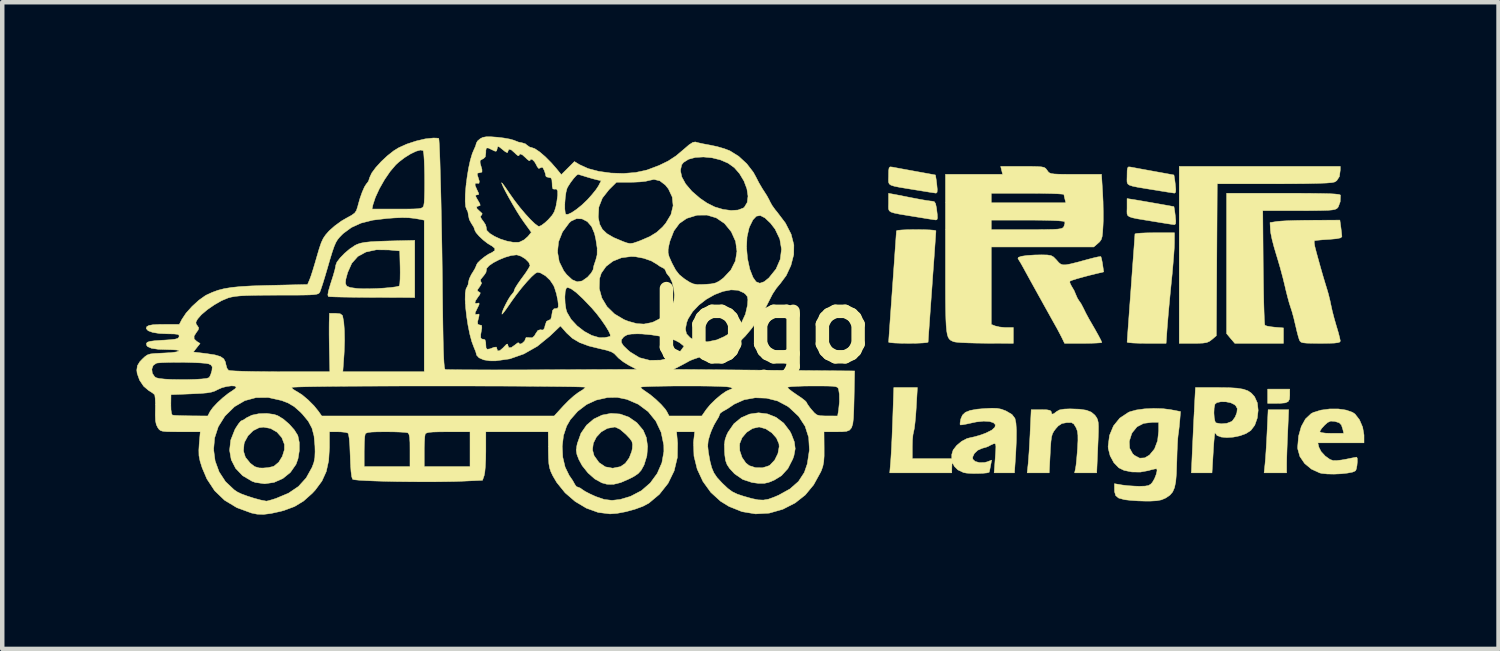
<source format=kicad_pcb>
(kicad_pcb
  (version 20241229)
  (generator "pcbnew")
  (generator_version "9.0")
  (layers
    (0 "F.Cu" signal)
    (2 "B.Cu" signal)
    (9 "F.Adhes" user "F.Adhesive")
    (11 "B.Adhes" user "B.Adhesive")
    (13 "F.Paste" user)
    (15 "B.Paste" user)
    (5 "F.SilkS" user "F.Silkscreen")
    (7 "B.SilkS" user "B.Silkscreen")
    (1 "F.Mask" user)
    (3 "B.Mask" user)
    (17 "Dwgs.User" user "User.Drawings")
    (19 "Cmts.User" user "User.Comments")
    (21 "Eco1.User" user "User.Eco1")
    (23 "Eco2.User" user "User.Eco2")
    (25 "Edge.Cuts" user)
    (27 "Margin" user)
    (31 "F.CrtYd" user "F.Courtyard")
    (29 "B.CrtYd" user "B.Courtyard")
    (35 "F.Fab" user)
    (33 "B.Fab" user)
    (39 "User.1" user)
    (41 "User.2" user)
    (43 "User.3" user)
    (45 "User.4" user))
  (footprint "logo"
    (layer "F.Cu")
    (at 13.939 4.23)
    (property "Reference" "logo" (at 0 0 0) (layer "F.SilkS") (effects (font (size 1.524 1.524) (thickness 0.3))))
    (attr through_hole)
    (fp_poly (pts (xy 11.818 1.548) (xy 11.811 1.636) (xy 11.781 1.69) (xy 11.716 1.718) (xy 11.6 1.728) (xy 11.515 1.729) (xy 11.324 1.729) (xy 11.324 1.411) (xy 11.818 1.411) (xy 11.818 1.548)) (stroke (width 0.01) (type solid)) (fill yes) (layer "F.SilkS"))
    (fp_poly (pts (xy 11.771 2.404) (xy 11.762 2.607) (xy 11.755 2.8) (xy 11.75 2.964) (xy 11.748 3.082) (xy 11.748 3.11) (xy 11.748 3.281) (xy 11.245 3.281) (xy 11.266 3.078) (xy 11.276 2.966) (xy 11.287 2.804) (xy 11.299 2.612) (xy 11.309 2.41) (xy 11.311 2.372) (xy 11.335 1.87) (xy 11.794 1.87) (xy 11.771 2.404)) (stroke (width 0.01) (type solid)) (fill yes) (layer "F.SilkS"))
    (fp_poly (pts (xy 12.946 -3.484) (xy 12.927 -3.338) (xy 12.867 -3.245) (xy 12.819 -3.215) (xy 12.758 -3.202) (xy 12.635 -3.192) (xy 12.446 -3.185) (xy 12.192 -3.179) (xy 11.87 -3.176) (xy 11.479 -3.175) (xy 11.465 -3.175) (xy 10.198 -3.175) (xy 10.188 -1.479) (xy 10.178 0.218) (xy 10.079 0.303) (xy 10.023 0.344) (xy 9.963 0.37) (xy 9.878 0.383) (xy 9.752 0.388) (xy 9.664 0.388) (xy 9.349 0.388) (xy 9.349 -3.563) (xy 12.947 -3.563) (xy 12.946 -3.484)) (stroke (width 0.01) (type solid)) (fill yes) (layer "F.SilkS"))
    (fp_poly (pts (xy 8.352 -2.819) (xy 8.431 -2.806) (xy 8.552 -2.785) (xy 8.697 -2.76) (xy 8.852 -2.733) (xy 8.999 -2.707) (xy 9.122 -2.685) (xy 9.204 -2.67) (xy 9.231 -2.665) (xy 9.237 -2.632) (xy 9.25 -2.549) (xy 9.261 -2.461) (xy 9.272 -2.343) (xy 9.268 -2.282) (xy 9.246 -2.262) (xy 9.238 -2.262) (xy 9.185 -2.269) (xy 9.079 -2.285) (xy 8.936 -2.308) (xy 8.802 -2.33) (xy 8.58 -2.366) (xy 8.418 -2.393) (xy 8.307 -2.416) (xy 8.237 -2.439) (xy 8.199 -2.467) (xy 8.184 -2.504) (xy 8.182 -2.556) (xy 8.184 -2.627) (xy 8.184 -2.641) (xy 8.184 -2.845) (xy 8.352 -2.819)) (stroke (width 0.01) (type solid)) (fill yes) (layer "F.SilkS"))
    (fp_poly (pts (xy 2.972 -2.941) (xy 3.058 -2.925) (xy 3.19 -2.899) (xy 3.345 -2.868) (xy 3.419 -2.854) (xy 3.572 -2.825) (xy 3.706 -2.802) (xy 3.801 -2.789) (xy 3.828 -2.787) (xy 3.878 -2.776) (xy 3.907 -2.732) (xy 3.927 -2.637) (xy 3.929 -2.623) (xy 3.945 -2.489) (xy 3.949 -2.411) (xy 3.938 -2.375) (xy 3.911 -2.367) (xy 3.907 -2.368) (xy 3.856 -2.375) (xy 3.751 -2.391) (xy 3.61 -2.414) (xy 3.475 -2.436) (xy 3.253 -2.472) (xy 3.091 -2.499) (xy 2.98 -2.522) (xy 2.91 -2.545) (xy 2.872 -2.573) (xy 2.857 -2.612) (xy 2.855 -2.664) (xy 2.857 -2.737) (xy 2.857 -2.752) (xy 2.857 -2.962) (xy 2.972 -2.941)) (stroke (width 0.01) (type solid)) (fill yes) (layer "F.SilkS"))
    (fp_poly (pts (xy 2.936 -3.549) (xy 2.937 -3.549) (xy 3.001 -3.537) (xy 3.118 -3.515) (xy 3.273 -3.487) (xy 3.447 -3.455) (xy 3.457 -3.453) (xy 3.624 -3.423) (xy 3.762 -3.398) (xy 3.86 -3.38) (xy 3.903 -3.372) (xy 3.904 -3.371) (xy 3.91 -3.338) (xy 3.923 -3.255) (xy 3.934 -3.166) (xy 3.945 -3.049) (xy 3.941 -2.987) (xy 3.919 -2.967) (xy 3.911 -2.967) (xy 3.858 -2.975) (xy 3.752 -2.991) (xy 3.609 -3.014) (xy 3.475 -3.036) (xy 3.253 -3.072) (xy 3.091 -3.099) (xy 2.98 -3.122) (xy 2.91 -3.145) (xy 2.872 -3.173) (xy 2.857 -3.212) (xy 2.855 -3.265) (xy 2.857 -3.338) (xy 2.857 -3.354) (xy 2.859 -3.47) (xy 2.869 -3.531) (xy 2.892 -3.553) (xy 2.936 -3.549)) (stroke (width 0.01) (type solid)) (fill yes) (layer "F.SilkS"))
    (fp_poly (pts (xy 8.263 -3.549) (xy 8.264 -3.549) (xy 8.328 -3.537) (xy 8.445 -3.515) (xy 8.599 -3.487) (xy 8.774 -3.455) (xy 8.784 -3.453) (xy 8.951 -3.423) (xy 9.089 -3.398) (xy 9.187 -3.38) (xy 9.23 -3.372) (xy 9.231 -3.371) (xy 9.237 -3.338) (xy 9.25 -3.255) (xy 9.261 -3.166) (xy 9.272 -3.049) (xy 9.268 -2.987) (xy 9.246 -2.967) (xy 9.238 -2.967) (xy 9.185 -2.975) (xy 9.079 -2.991) (xy 8.936 -3.014) (xy 8.802 -3.036) (xy 8.58 -3.072) (xy 8.418 -3.099) (xy 8.307 -3.122) (xy 8.237 -3.145) (xy 8.199 -3.173) (xy 8.184 -3.212) (xy 8.182 -3.265) (xy 8.184 -3.338) (xy 8.184 -3.354) (xy 8.186 -3.47) (xy 8.196 -3.531) (xy 8.219 -3.553) (xy 8.263 -3.549)) (stroke (width 0.01) (type solid)) (fill yes) (layer "F.SilkS"))
    (fp_poly (pts (xy 9.242 -1.861) (xy 9.239 -1.754) (xy 9.228 -1.593) (xy 9.212 -1.394) (xy 9.193 -1.173) (xy 9.173 -0.976) (xy 9.149 -0.736) (xy 9.126 -0.493) (xy 9.105 -0.264) (xy 9.089 -0.071) (xy 9.08 0.038) (xy 9.056 0.388) (xy 8.62 0.388) (xy 8.454 0.386) (xy 8.318 0.381) (xy 8.223 0.372) (xy 8.185 0.363) (xy 8.185 0.362) (xy 8.188 0.321) (xy 8.195 0.219) (xy 8.206 0.063) (xy 8.221 -0.138) (xy 8.238 -0.376) (xy 8.258 -0.643) (xy 8.273 -0.847) (xy 8.293 -1.128) (xy 8.312 -1.388) (xy 8.329 -1.616) (xy 8.343 -1.805) (xy 8.353 -1.947) (xy 8.359 -2.033) (xy 8.36 -2.055) (xy 8.394 -2.065) (xy 8.484 -2.073) (xy 8.618 -2.079) (xy 8.783 -2.081) (xy 8.802 -2.081) (xy 9.243 -2.081) (xy 9.242 -1.861)) (stroke (width 0.01) (type solid)) (fill yes) (layer "F.SilkS"))
    (fp_poly (pts (xy 12.025 -2.963) (xy 12.308 -2.961) (xy 12.531 -2.958) (xy 12.701 -2.954) (xy 12.822 -2.947) (xy 12.9 -2.939) (xy 12.941 -2.929) (xy 12.951 -2.919) (xy 12.944 -2.773) (xy 12.901 -2.658) (xy 12.885 -2.637) (xy 12.861 -2.617) (xy 12.824 -2.602) (xy 12.765 -2.591) (xy 12.674 -2.583) (xy 12.543 -2.579) (xy 12.362 -2.576) (xy 12.123 -2.575) (xy 12.023 -2.575) (xy 11.215 -2.575) (xy 11.225 -1.308) (xy 11.229 -1.016) (xy 11.233 -0.746) (xy 11.238 -0.506) (xy 11.244 -0.305) (xy 11.25 -0.151) (xy 11.256 -0.051) (xy 11.262 -0.015) (xy 11.31 0.003) (xy 11.404 0.019) (xy 11.483 0.028) (xy 11.677 0.044) (xy 11.677 0.388) (xy 10.59 0.388) (xy 10.498 0.28) (xy 10.407 0.171) (xy 10.407 -2.963) (xy 11.677 -2.963) (xy 12.025 -2.963)) (stroke (width 0.01) (type solid)) (fill yes) (layer "F.SilkS"))
    (fp_poly (pts (xy 3.642 -2.15) (xy 3.78 -2.145) (xy 3.875 -2.137) (xy 3.915 -2.127) (xy 3.915 -2.125) (xy 3.913 -2.085) (xy 3.906 -1.983) (xy 3.895 -1.827) (xy 3.881 -1.625) (xy 3.864 -1.386) (xy 3.844 -1.117) (xy 3.828 -0.882) (xy 3.807 -0.596) (xy 3.788 -0.332) (xy 3.772 -0.099) (xy 3.758 0.095) (xy 3.748 0.242) (xy 3.742 0.334) (xy 3.74 0.362) (xy 3.707 0.372) (xy 3.616 0.38) (xy 3.482 0.386) (xy 3.317 0.388) (xy 3.298 0.388) (xy 3.131 0.386) (xy 2.994 0.381) (xy 2.898 0.373) (xy 2.858 0.363) (xy 2.858 0.362) (xy 2.861 0.321) (xy 2.868 0.219) (xy 2.879 0.063) (xy 2.893 -0.139) (xy 2.91 -0.378) (xy 2.929 -0.647) (xy 2.946 -0.882) (xy 2.966 -1.168) (xy 2.985 -1.432) (xy 3.001 -1.665) (xy 3.015 -1.859) (xy 3.025 -2.006) (xy 3.032 -2.098) (xy 3.033 -2.125) (xy 3.067 -2.136) (xy 3.157 -2.144) (xy 3.291 -2.15) (xy 3.456 -2.152) (xy 3.475 -2.152) (xy 3.642 -2.15)) (stroke (width 0.01) (type solid)) (fill yes) (layer "F.SilkS"))
    (fp_poly (pts (xy -3.14 1.967) (xy -2.945 2.036) (xy -2.765 2.161) (xy -2.624 2.328) (xy -2.553 2.493) (xy -2.525 2.691) (xy -2.541 2.901) (xy -2.602 3.099) (xy -2.613 3.122) (xy -2.669 3.223) (xy -2.733 3.295) (xy -2.825 3.358) (xy -2.928 3.412) (xy -3.125 3.498) (xy -3.287 3.538) (xy -3.431 3.536) (xy -3.545 3.505) (xy -3.702 3.419) (xy -3.855 3.284) (xy -3.986 3.12) (xy -4.059 2.986) (xy -4.103 2.872) (xy -4.118 2.782) (xy -4.116 2.765) (xy -3.756 2.765) (xy -3.72 2.898) (xy -3.609 3.052) (xy -3.468 3.147) (xy -3.304 3.177) (xy -3.129 3.142) (xy -3.023 3.069) (xy -2.935 2.947) (xy -2.878 2.799) (xy -2.866 2.734) (xy -2.861 2.648) (xy -2.874 2.583) (xy -2.918 2.518) (xy -3.002 2.429) (xy -3.011 2.42) (xy -3.141 2.308) (xy -3.243 2.26) (xy -3.263 2.258) (xy -3.422 2.287) (xy -3.56 2.366) (xy -3.668 2.481) (xy -3.737 2.619) (xy -3.756 2.765) (xy -4.116 2.765) (xy -4.106 2.681) (xy -4.094 2.624) (xy -4.013 2.397) (xy -3.887 2.215) (xy -3.727 2.079) (xy -3.542 1.991) (xy -3.343 1.953) (xy -3.14 1.967)) (stroke (width 0.01) (type solid)) (fill yes) (layer "F.SilkS"))
    (fp_poly (pts (xy 0.154 1.965) (xy 0.345 2.042) (xy 0.515 2.171) (xy 0.653 2.352) (xy 0.686 2.416) (xy 0.753 2.591) (xy 0.772 2.743) (xy 0.743 2.899) (xy 0.718 2.971) (xy 0.609 3.185) (xy 0.466 3.343) (xy 0.304 3.443) (xy 0.182 3.493) (xy 0.077 3.517) (xy -0.04 3.517) (xy -0.195 3.496) (xy -0.398 3.429) (xy -0.582 3.303) (xy -0.693 3.183) (xy -0.75 3.097) (xy -0.783 3.007) (xy -0.8 2.888) (xy -0.806 2.802) (xy -0.809 2.654) (xy -0.807 2.64) (xy -0.471 2.64) (xy -0.466 2.787) (xy -0.416 2.936) (xy -0.331 3.06) (xy -0.255 3.12) (xy -0.112 3.166) (xy 0.044 3.167) (xy 0.181 3.124) (xy 0.209 3.107) (xy 0.314 2.996) (xy 0.386 2.849) (xy 0.414 2.696) (xy 0.409 2.632) (xy 0.353 2.503) (xy 0.249 2.386) (xy 0.117 2.299) (xy -0.021 2.259) (xy -0.042 2.258) (xy -0.181 2.29) (xy -0.312 2.375) (xy -0.414 2.495) (xy -0.47 2.634) (xy -0.471 2.64) (xy -0.807 2.64) (xy -0.796 2.545) (xy -0.762 2.444) (xy -0.727 2.372) (xy -0.597 2.184) (xy -0.433 2.049) (xy -0.246 1.968) (xy -0.047 1.94) (xy 0.154 1.965)) (stroke (width 0.01) (type solid)) (fill yes) (layer "F.SilkS"))
    (fp_poly (pts (xy 10.458 1.379) (xy 10.643 1.39) (xy 10.781 1.413) (xy 10.884 1.449) (xy 10.962 1.503) (xy 11.028 1.576) (xy 11.033 1.583) (xy 11.094 1.718) (xy 11.112 1.884) (xy 11.092 2.058) (xy 11.036 2.217) (xy 10.948 2.334) (xy 10.841 2.403) (xy 10.705 2.453) (xy 10.557 2.483) (xy 10.412 2.493) (xy 10.285 2.481) (xy 10.193 2.446) (xy 10.151 2.388) (xy 10.145 2.392) (xy 10.136 2.457) (xy 10.125 2.572) (xy 10.114 2.727) (xy 10.11 2.796) (xy 10.081 3.281) (xy 9.62 3.281) (xy 9.643 2.76) (xy 9.654 2.526) (xy 9.666 2.27) (xy 9.678 2.022) (xy 9.683 1.941) (xy 10.124 1.941) (xy 10.131 2.048) (xy 10.148 2.131) (xy 10.169 2.164) (xy 10.284 2.186) (xy 10.412 2.175) (xy 10.517 2.135) (xy 10.538 2.118) (xy 10.599 2.033) (xy 10.637 1.935) (xy 10.646 1.845) (xy 10.612 1.782) (xy 10.584 1.757) (xy 10.5 1.716) (xy 10.391 1.694) (xy 10.279 1.693) (xy 10.189 1.712) (xy 10.146 1.749) (xy 10.129 1.833) (xy 10.124 1.941) (xy 9.683 1.941) (xy 9.689 1.814) (xy 9.689 1.808) (xy 9.712 1.376) (xy 10.214 1.376) (xy 10.458 1.379)) (stroke (width 0.01) (type solid)) (fill yes) (layer "F.SilkS"))
    (fp_poly (pts (xy -7.726 -0.635) (xy -8.67 -0.638) (xy -8.922 -0.639) (xy -9.152 -0.642) (xy -9.35 -0.645) (xy -9.506 -0.649) (xy -9.611 -0.653) (xy -9.654 -0.657) (xy -9.667 -0.692) (xy -9.654 -0.777) (xy -9.612 -0.92) (xy -9.603 -0.947) (xy -9.274 -0.947) (xy -9.244 -0.889) (xy -9.165 -0.858) (xy -9.029 -0.839) (xy -8.996 -0.836) (xy -8.88 -0.83) (xy -8.733 -0.831) (xy -8.569 -0.836) (xy -8.406 -0.846) (xy -8.259 -0.859) (xy -8.145 -0.874) (xy -8.079 -0.89) (xy -8.07 -0.896) (xy -8.059 -0.946) (xy -8.053 -1.049) (xy -8.051 -1.19) (xy -8.052 -1.305) (xy -8.061 -1.676) (xy -8.308 -1.698) (xy -8.585 -1.701) (xy -8.814 -1.652) (xy -8.996 -1.553) (xy -9.132 -1.4) (xy -9.223 -1.196) (xy -9.224 -1.194) (xy -9.265 -1.043) (xy -9.274 -0.947) (xy -9.603 -0.947) (xy -9.593 -0.979) (xy -9.547 -1.123) (xy -9.511 -1.249) (xy -9.492 -1.337) (xy -9.49 -1.357) (xy -9.463 -1.427) (xy -9.391 -1.521) (xy -9.291 -1.624) (xy -9.176 -1.721) (xy -9.063 -1.797) (xy -9.013 -1.822) (xy -8.938 -1.848) (xy -8.838 -1.867) (xy -8.702 -1.881) (xy -8.518 -1.891) (xy -8.299 -1.898) (xy -7.726 -1.912) (xy -7.726 -0.635)) (stroke (width 0.01) (type solid)) (fill yes) (layer "F.SilkS"))
    (fp_poly (pts (xy 7.121 1.859) (xy 7.275 1.882) (xy 7.385 1.925) (xy 7.463 1.991) (xy 7.481 2.014) (xy 7.509 2.056) (xy 7.528 2.101) (xy 7.54 2.159) (xy 7.545 2.243) (xy 7.544 2.365) (xy 7.538 2.537) (xy 7.531 2.701) (xy 7.506 3.281) (xy 7.012 3.281) (xy 7.033 3.184) (xy 7.045 3.107) (xy 7.058 2.981) (xy 7.071 2.826) (xy 7.078 2.733) (xy 7.087 2.559) (xy 7.086 2.438) (xy 7.075 2.352) (xy 7.051 2.283) (xy 7.041 2.264) (xy 6.995 2.19) (xy 6.943 2.159) (xy 6.854 2.158) (xy 6.837 2.159) (xy 6.729 2.179) (xy 6.647 2.233) (xy 6.59 2.296) (xy 6.547 2.354) (xy 6.517 2.41) (xy 6.497 2.481) (xy 6.484 2.581) (xy 6.473 2.727) (xy 6.467 2.852) (xy 6.445 3.281) (xy 5.953 3.281) (xy 5.975 3.078) (xy 5.984 2.966) (xy 5.996 2.804) (xy 6.007 2.612) (xy 6.018 2.41) (xy 6.019 2.372) (xy 6.043 1.87) (xy 6.267 1.87) (xy 6.394 1.873) (xy 6.464 1.887) (xy 6.49 1.912) (xy 6.491 1.923) (xy 6.505 1.97) (xy 6.549 1.96) (xy 6.607 1.914) (xy 6.673 1.876) (xy 6.777 1.857) (xy 6.909 1.852) (xy 7.121 1.859)) (stroke (width 0.01) (type solid)) (fill yes) (layer "F.SilkS"))
    (fp_poly (pts (xy -10.869 1.976) (xy -10.788 2.003) (xy -10.661 2.08) (xy -10.53 2.193) (xy -10.416 2.321) (xy -10.341 2.441) (xy -10.335 2.456) (xy -10.304 2.606) (xy -10.304 2.787) (xy -10.333 2.966) (xy -10.377 3.09) (xy -10.503 3.271) (xy -10.671 3.407) (xy -10.867 3.494) (xy -11.077 3.525) (xy -11.286 3.495) (xy -11.359 3.469) (xy -11.57 3.344) (xy -11.726 3.181) (xy -11.824 2.989) (xy -11.858 2.795) (xy -11.551 2.795) (xy -11.508 2.932) (xy -11.402 3.063) (xy -11.39 3.073) (xy -11.3 3.142) (xy -11.202 3.171) (xy -11.118 3.174) (xy -10.997 3.164) (xy -10.892 3.14) (xy -10.866 3.129) (xy -10.763 3.043) (xy -10.683 2.913) (xy -10.637 2.766) (xy -10.636 2.647) (xy -10.695 2.494) (xy -10.803 2.371) (xy -10.946 2.289) (xy -11.105 2.26) (xy -11.201 2.272) (xy -11.334 2.338) (xy -11.449 2.452) (xy -11.526 2.593) (xy -11.538 2.635) (xy -11.551 2.795) (xy -11.858 2.795) (xy -11.861 2.775) (xy -11.835 2.548) (xy -11.744 2.317) (xy -11.717 2.27) (xy -11.659 2.183) (xy -11.612 2.127) (xy -11.595 2.117) (xy -11.548 2.097) (xy -11.48 2.05) (xy -11.363 1.993) (xy -11.205 1.96) (xy -11.032 1.954) (xy -10.869 1.976)) (stroke (width 0.01) (type solid)) (fill yes) (layer "F.SilkS"))
    (fp_poly (pts (xy 12.902 1.854) (xy 13.08 1.88) (xy 13.22 1.93) (xy 13.275 1.967) (xy 13.375 2.096) (xy 13.446 2.262) (xy 13.476 2.436) (xy 13.476 2.45) (xy 13.476 2.611) (xy 12.445 2.611) (xy 12.468 2.708) (xy 12.518 2.806) (xy 12.609 2.905) (xy 12.715 2.981) (xy 12.784 3.006) (xy 12.86 3.007) (xy 12.975 2.994) (xy 13.072 2.977) (xy 13.188 2.953) (xy 13.277 2.936) (xy 13.313 2.93) (xy 13.326 2.959) (xy 13.327 3.031) (xy 13.319 3.118) (xy 13.304 3.196) (xy 13.286 3.235) (xy 13.223 3.264) (xy 13.109 3.286) (xy 12.964 3.302) (xy 12.806 3.309) (xy 12.656 3.306) (xy 12.532 3.293) (xy 12.488 3.283) (xy 12.301 3.197) (xy 12.149 3.071) (xy 12.044 2.916) (xy 11.996 2.746) (xy 11.994 2.706) (xy 12.015 2.46) (xy 12.043 2.361) (xy 12.488 2.361) (xy 12.522 2.382) (xy 12.619 2.395) (xy 12.757 2.399) (xy 13.025 2.399) (xy 13.001 2.302) (xy 12.971 2.211) (xy 12.922 2.162) (xy 12.831 2.134) (xy 12.815 2.131) (xy 12.732 2.125) (xy 12.663 2.156) (xy 12.596 2.216) (xy 12.529 2.29) (xy 12.492 2.348) (xy 12.488 2.361) (xy 12.043 2.361) (xy 12.075 2.247) (xy 12.168 2.078) (xy 12.292 1.961) (xy 12.345 1.932) (xy 12.515 1.88) (xy 12.708 1.854) (xy 12.902 1.854)) (stroke (width 0.01) (type solid)) (fill yes) (layer "F.SilkS"))
    (fp_poly (pts (xy 12.96 -2.2) (xy 12.973 -2.093) (xy 12.981 -2.012) (xy 12.982 -1.993) (xy 12.952 -1.967) (xy 12.859 -1.948) (xy 12.7 -1.934) (xy 12.683 -1.933) (xy 12.545 -1.924) (xy 12.436 -1.914) (xy 12.375 -1.905) (xy 12.367 -1.902) (xy 12.364 -1.86) (xy 12.377 -1.779) (xy 12.381 -1.763) (xy 12.413 -1.639) (xy 12.458 -1.476) (xy 12.509 -1.293) (xy 12.561 -1.112) (xy 12.608 -0.955) (xy 12.643 -0.841) (xy 12.647 -0.829) (xy 12.681 -0.713) (xy 12.717 -0.567) (xy 12.736 -0.476) (xy 12.767 -0.334) (xy 12.812 -0.161) (xy 12.86 0.005) (xy 12.862 0.011) (xy 12.902 0.145) (xy 12.931 0.258) (xy 12.946 0.328) (xy 12.947 0.337) (xy 12.935 0.359) (xy 12.893 0.373) (xy 12.811 0.383) (xy 12.678 0.387) (xy 12.505 0.388) (xy 12.322 0.387) (xy 12.196 0.384) (xy 12.117 0.376) (xy 12.071 0.362) (xy 12.046 0.338) (xy 12.031 0.309) (xy 12.008 0.236) (xy 11.977 0.118) (xy 11.945 -0.02) (xy 11.941 -0.035) (xy 11.906 -0.183) (xy 11.868 -0.321) (xy 11.836 -0.42) (xy 11.835 -0.423) (xy 11.806 -0.513) (xy 11.769 -0.648) (xy 11.729 -0.807) (xy 11.712 -0.882) (xy 11.667 -1.067) (xy 11.609 -1.284) (xy 11.546 -1.499) (xy 11.516 -1.597) (xy 11.465 -1.769) (xy 11.422 -1.935) (xy 11.394 -2.073) (xy 11.386 -2.143) (xy 11.377 -2.309) (xy 11.536 -2.334) (xy 11.624 -2.342) (xy 11.767 -2.35) (xy 11.95 -2.356) (xy 12.157 -2.36) (xy 12.316 -2.361) (xy 12.937 -2.364) (xy 12.96 -2.2)) (stroke (width 0.01) (type solid)) (fill yes) (layer "F.SilkS"))
    (fp_poly (pts (xy 6.403 -1.585) (xy 6.485 -1.572) (xy 6.543 -1.54) (xy 6.602 -1.48) (xy 6.615 -1.465) (xy 6.659 -1.415) (xy 6.701 -1.382) (xy 6.751 -1.365) (xy 6.82 -1.366) (xy 6.921 -1.385) (xy 7.066 -1.421) (xy 7.265 -1.475) (xy 7.294 -1.483) (xy 7.427 -1.518) (xy 7.532 -1.542) (xy 7.592 -1.55) (xy 7.599 -1.549) (xy 7.612 -1.509) (xy 7.63 -1.422) (xy 7.638 -1.371) (xy 7.662 -1.207) (xy 7.509 -1.171) (xy 7.361 -1.135) (xy 7.21 -1.095) (xy 7.072 -1.057) (xy 6.967 -1.024) (xy 6.911 -1.003) (xy 6.909 -1.002) (xy 6.906 -0.964) (xy 6.939 -0.896) (xy 6.944 -0.888) (xy 7.001 -0.792) (xy 7.037 -0.706) (xy 7.077 -0.615) (xy 7.111 -0.563) (xy 7.158 -0.495) (xy 7.208 -0.399) (xy 7.214 -0.387) (xy 7.264 -0.285) (xy 7.332 -0.159) (xy 7.373 -0.088) (xy 7.469 0.078) (xy 7.546 0.216) (xy 7.598 0.315) (xy 7.62 0.367) (xy 7.62 0.369) (xy 7.587 0.376) (xy 7.497 0.382) (xy 7.364 0.387) (xy 7.204 0.388) (xy 6.788 0.388) (xy 6.733 0.273) (xy 6.681 0.172) (xy 6.616 0.049) (xy 6.588 0) (xy 6.514 -0.132) (xy 6.434 -0.276) (xy 6.406 -0.326) (xy 6.331 -0.461) (xy 6.252 -0.604) (xy 6.225 -0.652) (xy 6.112 -0.856) (xy 6.025 -1.013) (xy 5.958 -1.135) (xy 5.902 -1.237) (xy 5.865 -1.305) (xy 5.809 -1.405) (xy 5.762 -1.481) (xy 5.747 -1.503) (xy 5.756 -1.532) (xy 5.827 -1.556) (xy 5.951 -1.574) (xy 6.12 -1.585) (xy 6.276 -1.588) (xy 6.403 -1.585)) (stroke (width 0.01) (type solid)) (fill yes) (layer "F.SilkS"))
    (fp_poly (pts (xy 8.984 1.848) (xy 9.147 1.868) (xy 9.378 1.912) (xy 9.362 2.111) (xy 9.349 2.249) (xy 9.334 2.379) (xy 9.325 2.434) (xy 9.317 2.514) (xy 9.309 2.648) (xy 9.301 2.819) (xy 9.296 3.009) (xy 9.294 3.061) (xy 9.286 3.299) (xy 9.271 3.478) (xy 9.244 3.61) (xy 9.203 3.706) (xy 9.143 3.777) (xy 9.06 3.835) (xy 9.032 3.85) (xy 8.948 3.885) (xy 8.845 3.904) (xy 8.702 3.912) (xy 8.591 3.912) (xy 8.425 3.907) (xy 8.267 3.896) (xy 8.142 3.882) (xy 8.116 3.877) (xy 7.996 3.844) (xy 7.931 3.791) (xy 7.905 3.703) (xy 7.903 3.64) (xy 7.902 3.523) (xy 8.07 3.552) (xy 8.202 3.568) (xy 8.361 3.578) (xy 8.46 3.581) (xy 8.587 3.577) (xy 8.665 3.563) (xy 8.717 3.53) (xy 8.75 3.493) (xy 8.797 3.412) (xy 8.834 3.318) (xy 8.854 3.235) (xy 8.848 3.191) (xy 8.809 3.193) (xy 8.725 3.212) (xy 8.659 3.231) (xy 8.48 3.264) (xy 8.291 3.261) (xy 8.118 3.226) (xy 7.999 3.168) (xy 7.889 3.054) (xy 7.806 2.9) (xy 7.764 2.735) (xy 7.761 2.689) (xy 7.775 2.578) (xy 8.233 2.578) (xy 8.241 2.729) (xy 8.309 2.854) (xy 8.349 2.891) (xy 8.466 2.953) (xy 8.58 2.946) (xy 8.685 2.883) (xy 8.797 2.747) (xy 8.866 2.564) (xy 8.89 2.347) (xy 8.89 2.152) (xy 8.748 2.152) (xy 8.554 2.176) (xy 8.407 2.252) (xy 8.301 2.381) (xy 8.286 2.41) (xy 8.233 2.578) (xy 7.775 2.578) (xy 7.792 2.445) (xy 7.881 2.232) (xy 8.022 2.058) (xy 8.212 1.932) (xy 8.245 1.917) (xy 8.385 1.878) (xy 8.571 1.852) (xy 8.778 1.842) (xy 8.984 1.848)) (stroke (width 0.01) (type solid)) (fill yes) (layer "F.SilkS"))
    (fp_poly (pts (xy 6.046 -3.563) (xy 6.183 -3.56) (xy 6.273 -3.553) (xy 6.33 -3.541) (xy 6.365 -3.52) (xy 6.39 -3.489) (xy 6.4 -3.475) (xy 6.423 -3.442) (xy 6.45 -3.419) (xy 6.492 -3.403) (xy 6.561 -3.394) (xy 6.666 -3.389) (xy 6.821 -3.387) (xy 7.034 -3.387) (xy 7.613 -3.387) (xy 7.638 -2.98) (xy 7.648 -2.774) (xy 7.652 -2.553) (xy 7.652 -2.35) (xy 7.648 -2.252) (xy 7.639 -2.097) (xy 7.627 -1.995) (xy 7.607 -1.93) (xy 7.574 -1.882) (xy 7.536 -1.847) (xy 7.44 -1.764) (xy 5.151 -1.764) (xy 5.151 -0.034) (xy 5.241 0.001) (xy 5.334 0.023) (xy 5.455 0.035) (xy 5.488 0.035) (xy 5.644 0.035) (xy 5.644 0.388) (xy 5.018 0.386) (xy 4.81 0.383) (xy 4.623 0.378) (xy 4.468 0.371) (xy 4.361 0.361) (xy 4.316 0.353) (xy 4.275 0.336) (xy 4.24 0.317) (xy 4.212 0.291) (xy 4.188 0.251) (xy 4.169 0.191) (xy 4.155 0.107) (xy 4.144 -0.008) (xy 4.137 -0.159) (xy 4.132 -0.353) (xy 4.129 -0.595) (xy 4.128 -0.891) (xy 4.128 -1.246) (xy 4.128 -1.613) (xy 4.128 -2.364) (xy 5.151 -2.364) (xy 5.151 -2.152) (xy 5.943 -2.152) (xy 6.199 -2.152) (xy 6.394 -2.154) (xy 6.537 -2.157) (xy 6.636 -2.163) (xy 6.7 -2.172) (xy 6.739 -2.185) (xy 6.761 -2.203) (xy 6.774 -2.223) (xy 6.796 -2.293) (xy 6.791 -2.329) (xy 6.749 -2.34) (xy 6.643 -2.35) (xy 6.48 -2.357) (xy 6.267 -2.362) (xy 6.009 -2.364) (xy 5.96 -2.364) (xy 5.151 -2.364) (xy 4.128 -2.364) (xy 4.128 -2.963) (xy 5.151 -2.963) (xy 5.151 -2.752) (xy 6.817 -2.752) (xy 6.796 -2.831) (xy 6.779 -2.904) (xy 6.774 -2.937) (xy 6.74 -2.944) (xy 6.646 -2.951) (xy 6.5 -2.957) (xy 6.314 -2.961) (xy 6.097 -2.963) (xy 5.962 -2.963) (xy 5.151 -2.963) (xy 4.128 -2.963) (xy 4.128 -3.387) (xy 5.405 -3.387) (xy 5.383 -3.475) (xy 5.361 -3.563) (xy 5.851 -3.563) (xy 6.046 -3.563)) (stroke (width 0.01) (type solid)) (fill yes) (layer "F.SilkS"))
    (fp_poly (pts (xy 3.475 1.825) (xy 3.463 2.003) (xy 3.448 2.162) (xy 3.433 2.285) (xy 3.419 2.354) (xy 3.418 2.357) (xy 3.402 2.432) (xy 3.391 2.553) (xy 3.387 2.693) (xy 3.387 2.701) (xy 3.387 2.963) (xy 4.269 2.963) (xy 4.269 2.87) (xy 4.299 2.772) (xy 4.378 2.67) (xy 4.488 2.578) (xy 4.61 2.514) (xy 4.679 2.497) (xy 4.787 2.473) (xy 4.925 2.432) (xy 5.027 2.394) (xy 5.162 2.327) (xy 5.232 2.263) (xy 5.243 2.207) (xy 5.201 2.162) (xy 5.112 2.134) (xy 4.982 2.126) (xy 4.816 2.144) (xy 4.721 2.164) (xy 4.597 2.191) (xy 4.503 2.208) (xy 4.457 2.21) (xy 4.456 2.209) (xy 4.454 2.169) (xy 4.468 2.089) (xy 4.471 2.076) (xy 4.508 1.991) (xy 4.574 1.929) (xy 4.68 1.887) (xy 4.837 1.859) (xy 5.003 1.845) (xy 5.166 1.837) (xy 5.282 1.841) (xy 5.375 1.859) (xy 5.468 1.894) (xy 5.479 1.898) (xy 5.613 1.977) (xy 5.68 2.064) (xy 5.702 2.168) (xy 5.713 2.331) (xy 5.711 2.556) (xy 5.698 2.847) (xy 5.692 2.937) (xy 5.669 3.281) (xy 5.215 3.281) (xy 5.24 2.945) (xy 5.251 2.79) (xy 5.254 2.694) (xy 5.248 2.643) (xy 5.231 2.627) (xy 5.202 2.632) (xy 5.199 2.633) (xy 5.126 2.666) (xy 5.098 2.683) (xy 5.041 2.707) (xy 4.951 2.732) (xy 4.947 2.733) (xy 4.849 2.776) (xy 4.773 2.848) (xy 4.735 2.929) (xy 4.739 2.977) (xy 4.791 3.026) (xy 4.885 3.052) (xy 4.994 3.051) (xy 5.06 3.035) (xy 5.159 2.997) (xy 5.134 3.13) (xy 5.117 3.217) (xy 5.105 3.265) (xy 5.103 3.269) (xy 5.055 3.282) (xy 4.959 3.291) (xy 4.836 3.295) (xy 4.71 3.294) (xy 4.601 3.287) (xy 4.533 3.275) (xy 4.406 3.215) (xy 4.33 3.141) (xy 4.302 3.088) (xy 4.283 3.055) (xy 4.274 3.08) (xy 4.271 3.149) (xy 4.269 3.281) (xy 2.883 3.281) (xy 2.906 3.007) (xy 2.914 2.882) (xy 2.924 2.704) (xy 2.934 2.49) (xy 2.943 2.258) (xy 2.951 2.055) (xy 2.974 1.376) (xy 3.501 1.376) (xy 3.475 1.825)) (stroke (width 0.01) (type solid)) (fill yes) (layer "F.SilkS"))
    (fp_poly (pts (xy -6.02 -4.225) (xy -5.883 -4.215) (xy -5.734 -4.197) (xy -5.601 -4.173) (xy -5.509 -4.147) (xy -5.496 -4.141) (xy -5.404 -4.105) (xy -5.333 -4.092) (xy -5.253 -4.067) (xy -5.221 -4.039) (xy -5.156 -3.994) (xy -5.12 -3.986) (xy -5.043 -3.959) (xy -4.935 -3.886) (xy -4.809 -3.778) (xy -4.675 -3.643) (xy -4.563 -3.515) (xy -4.452 -3.379) (xy -4.159 -3.672) (xy -4.046 -3.603) (xy -3.853 -3.515) (xy -3.613 -3.452) (xy -3.343 -3.415) (xy -3.065 -3.406) (xy -2.796 -3.427) (xy -2.579 -3.473) (xy -1.792 -3.473) (xy -1.761 -3.328) (xy -1.675 -3.171) (xy -1.537 -3.009) (xy -1.354 -2.851) (xy -1.197 -2.744) (xy -1.025 -2.658) (xy -0.84 -2.603) (xy -0.662 -2.579) (xy -0.505 -2.589) (xy -0.387 -2.634) (xy -0.364 -2.652) (xy -0.3 -2.758) (xy -0.282 -2.899) (xy -0.307 -3.063) (xy -0.372 -3.236) (xy -0.472 -3.403) (xy -0.587 -3.535) (xy -0.726 -3.635) (xy -0.897 -3.709) (xy -1.086 -3.756) (xy -1.277 -3.774) (xy -1.457 -3.764) (xy -1.61 -3.723) (xy -1.723 -3.652) (xy -1.763 -3.6) (xy -1.792 -3.473) (xy -2.579 -3.473) (xy -2.555 -3.478) (xy -2.522 -3.489) (xy -2.27 -3.584) (xy -2.066 -3.683) (xy -1.889 -3.799) (xy -1.724 -3.938) (xy -1.601 -4.044) (xy -1.515 -4.1) (xy -1.459 -4.11) (xy -1.453 -4.108) (xy -1.39 -4.091) (xy -1.28 -4.067) (xy -1.146 -4.042) (xy -1.129 -4.039) (xy -0.968 -4.005) (xy -0.808 -3.958) (xy -0.688 -3.912) (xy -0.493 -3.791) (xy -0.31 -3.623) (xy -0.163 -3.432) (xy -0.109 -3.334) (xy -0.039 -3.198) (xy 0.042 -3.06) (xy 0.075 -3.01) (xy 0.142 -2.905) (xy 0.195 -2.807) (xy 0.21 -2.774) (xy 0.254 -2.694) (xy 0.325 -2.595) (xy 0.362 -2.551) (xy 0.553 -2.299) (xy 0.68 -2.051) (xy 0.742 -1.81) (xy 0.739 -1.595) (xy 0.676 -1.351) (xy 0.572 -1.127) (xy 0.443 -0.953) (xy 0.351 -0.842) (xy 0.27 -0.72) (xy 0.253 -0.688) (xy 0.194 -0.572) (xy 0.138 -0.462) (xy 0.127 -0.441) (xy 0.031 -0.274) (xy -0.087 -0.096) (xy -0.216 0.075) (xy -0.342 0.225) (xy -0.454 0.337) (xy -0.502 0.375) (xy -0.577 0.423) (xy -0.653 0.464) (xy -0.741 0.503) (xy -0.855 0.544) (xy -1.009 0.592) (xy -1.215 0.653) (xy -1.27 0.669) (xy -1.404 0.71) (xy -1.514 0.748) (xy -1.582 0.776) (xy -1.587 0.779) (xy -1.65 0.814) (xy -1.746 0.866) (xy -1.794 0.891) (xy -1.948 0.97) (xy 0.076 0.988) (xy 2.099 1.005) (xy 2.087 1.623) (xy 2.081 1.869) (xy 2.073 2.054) (xy 2.058 2.185) (xy 2.03 2.273) (xy 1.986 2.326) (xy 1.92 2.353) (xy 1.827 2.362) (xy 1.704 2.364) (xy 1.69 2.364) (xy 1.415 2.364) (xy 1.418 2.725) (xy 1.418 2.903) (xy 1.409 3.032) (xy 1.39 3.132) (xy 1.358 3.225) (xy 1.341 3.263) (xy 1.184 3.548) (xy 0.997 3.775) (xy 0.77 3.954) (xy 0.494 4.095) (xy 0.491 4.096) (xy 0.191 4.181) (xy -0.114 4.198) (xy -0.416 4.148) (xy -0.708 4.031) (xy -0.896 3.915) (xy -1.113 3.717) (xy -1.289 3.473) (xy -1.417 3.198) (xy -1.489 2.906) (xy -1.497 2.677) (xy -1.182 2.677) (xy -1.168 2.815) (xy -1.167 2.822) (xy -1.131 3.02) (xy -1.093 3.167) (xy -1.044 3.282) (xy -0.975 3.384) (xy -0.876 3.492) (xy -0.851 3.518) (xy -0.732 3.63) (xy -0.631 3.704) (xy -0.52 3.757) (xy -0.384 3.802) (xy -0.197 3.855) (xy -0.056 3.884) (xy 0.06 3.889) (xy 0.172 3.87) (xy 0.299 3.824) (xy 0.404 3.779) (xy 0.655 3.64) (xy 0.845 3.473) (xy 0.976 3.272) (xy 1.042 3.08) (xy 1.089 2.769) (xy 1.073 2.49) (xy 0.993 2.24) (xy 0.849 2.019) (xy 0.64 1.823) (xy 0.596 1.791) (xy 0.377 1.675) (xy 0.132 1.613) (xy -0.121 1.604) (xy -0.367 1.648) (xy -0.588 1.746) (xy -0.641 1.782) (xy -0.738 1.847) (xy -0.825 1.897) (xy -0.838 1.903) (xy -0.899 1.945) (xy -0.917 1.978) (xy -0.936 2.031) (xy -0.983 2.109) (xy -0.989 2.119) (xy -1.041 2.209) (xy -1.098 2.334) (xy -1.13 2.42) (xy -1.171 2.56) (xy -1.182 2.677) (xy -1.497 2.677) (xy -1.5 2.611) (xy -1.496 2.566) (xy -1.473 2.364) (xy -1.878 2.364) (xy -1.855 2.619) (xy -1.86 2.936) (xy -1.932 3.237) (xy -2.067 3.514) (xy -2.261 3.76) (xy -2.496 3.957) (xy -2.629 4.028) (xy -2.809 4.094) (xy -3.01 4.149) (xy -3.207 4.186) (xy -3.365 4.198) (xy -3.629 4.165) (xy -3.892 4.07) (xy -4.142 3.921) (xy -4.367 3.727) (xy -4.554 3.496) (xy -4.642 3.347) (xy -4.685 3.256) (xy -4.713 3.173) (xy -4.73 3.079) (xy -4.738 2.955) (xy -4.742 2.781) (xy -4.742 2.76) (xy -4.742 2.688) (xy -4.432 2.688) (xy -4.42 2.929) (xy -4.367 3.153) (xy -4.276 3.34) (xy -4.26 3.362) (xy -4.199 3.451) (xy -4.157 3.526) (xy -4.152 3.537) (xy -4.114 3.589) (xy -4.087 3.598) (xy -4.03 3.62) (xy -3.983 3.654) (xy -3.921 3.695) (xy -3.815 3.75) (xy -3.688 3.808) (xy -3.681 3.811) (xy -3.494 3.875) (xy -3.32 3.896) (xy -3.136 3.875) (xy -2.922 3.811) (xy -2.896 3.801) (xy -2.663 3.679) (xy -2.465 3.507) (xy -2.31 3.295) (xy -2.206 3.057) (xy -2.161 2.804) (xy -2.163 2.663) (xy -2.222 2.377) (xy -2.341 2.125) (xy -2.512 1.914) (xy -2.733 1.749) (xy -2.986 1.64) (xy -3.204 1.595) (xy -3.419 1.599) (xy -3.657 1.652) (xy -3.675 1.657) (xy -3.888 1.755) (xy -4.087 1.907) (xy -4.251 2.094) (xy -4.333 2.236) (xy -4.404 2.45) (xy -4.432 2.688) (xy -4.742 2.688) (xy -4.745 2.364) (xy -5.442 2.364) (xy -6.138 2.364) (xy -6.138 2.799) (xy -6.141 2.978) (xy -6.149 3.14) (xy -6.161 3.268) (xy -6.175 3.341) (xy -6.212 3.447) (xy -6.625 3.466) (xy -6.824 3.474) (xy -7.055 3.478) (xy -7.311 3.481) (xy -7.58 3.481) (xy -7.854 3.479) (xy -8.124 3.476) (xy -8.38 3.47) (xy -8.611 3.463) (xy -8.81 3.455) (xy -8.967 3.446) (xy -9.071 3.435) (xy -9.113 3.425) (xy -9.133 3.369) (xy -9.149 3.249) (xy -9.161 3.069) (xy -9.167 2.9) (xy -9.171 2.807) (xy -8.855 2.807) (xy -8.855 3.14) (xy -7.832 3.14) (xy -7.832 2.807) (xy -7.514 2.807) (xy -7.514 3.14) (xy -6.491 3.14) (xy -6.491 2.364) (xy -6.981 2.364) (xy -7.181 2.365) (xy -7.32 2.369) (xy -7.411 2.377) (xy -7.463 2.391) (xy -7.488 2.411) (xy -7.493 2.419) (xy -7.502 2.478) (xy -7.509 2.588) (xy -7.514 2.73) (xy -7.514 2.807) (xy -7.832 2.807) (xy -7.832 2.773) (xy -7.833 2.603) (xy -7.84 2.491) (xy -7.853 2.425) (xy -7.875 2.392) (xy -7.887 2.385) (xy -7.943 2.377) (xy -8.053 2.37) (xy -8.202 2.365) (xy -8.374 2.364) (xy -8.378 2.364) (xy -8.564 2.365) (xy -8.691 2.37) (xy -8.771 2.38) (xy -8.815 2.396) (xy -8.833 2.419) (xy -8.843 2.478) (xy -8.85 2.588) (xy -8.854 2.73) (xy -8.855 2.807) (xy -9.171 2.807) (xy -9.176 2.678) (xy -9.189 2.516) (xy -9.205 2.419) (xy -9.22 2.391) (xy -9.276 2.376) (xy -9.376 2.366) (xy -9.446 2.364) (xy -9.631 2.364) (xy -9.631 2.716) (xy -9.648 3.007) (xy -9.702 3.252) (xy -9.799 3.465) (xy -9.947 3.665) (xy -10.016 3.739) (xy -10.209 3.911) (xy -10.41 4.033) (xy -10.647 4.121) (xy -10.721 4.141) (xy -10.935 4.188) (xy -11.104 4.209) (xy -11.247 4.204) (xy -11.373 4.178) (xy -11.7 4.058) (xy -11.973 3.893) (xy -12.195 3.68) (xy -12.368 3.417) (xy -12.474 3.168) (xy -12.521 3.018) (xy -12.545 2.897) (xy -12.548 2.769) (xy -12.547 2.759) (xy -12.218 2.759) (xy -12.184 3.016) (xy -12.095 3.259) (xy -11.953 3.477) (xy -11.76 3.659) (xy -11.688 3.708) (xy -11.599 3.751) (xy -11.465 3.8) (xy -11.312 3.849) (xy -11.163 3.889) (xy -11.044 3.912) (xy -11.039 3.913) (xy -10.996 3.904) (xy -10.908 3.879) (xy -10.824 3.852) (xy -10.545 3.735) (xy -10.323 3.585) (xy -10.15 3.394) (xy -10.018 3.156) (xy -10.017 3.153) (xy -9.978 3.047) (xy -9.957 2.94) (xy -9.952 2.806) (xy -9.955 2.681) (xy -9.975 2.459) (xy -10.021 2.283) (xy -10.103 2.129) (xy -10.231 1.974) (xy -10.282 1.921) (xy -10.417 1.802) (xy -10.553 1.721) (xy -10.699 1.665) (xy -10.994 1.599) (xy -11.268 1.6) (xy -11.52 1.668) (xy -11.75 1.802) (xy -11.956 2.004) (xy -11.971 2.022) (xy -12.114 2.251) (xy -12.195 2.5) (xy -12.218 2.759) (xy -12.547 2.759) (xy -12.54 2.637) (xy -12.516 2.364) (xy -12.96 2.364) (xy -13.144 2.363) (xy -13.27 2.36) (xy -13.352 2.352) (xy -13.402 2.337) (xy -13.435 2.312) (xy -13.462 2.275) (xy -13.466 2.269) (xy -13.498 2.203) (xy -13.516 2.117) (xy -13.521 1.991) (xy -13.519 1.872) (xy -13.518 1.755) (xy -13.173 1.755) (xy -13.17 1.872) (xy -13.157 1.958) (xy -13.141 1.99) (xy -13.093 1.997) (xy -12.991 2.002) (xy -12.85 2.006) (xy -12.727 2.008) (xy -12.349 2.011) (xy -12.296 1.909) (xy -12.234 1.823) (xy -12.132 1.714) (xy -12.01 1.602) (xy -11.885 1.503) (xy -11.81 1.454) (xy -11.742 1.406) (xy -11.716 1.374) (xy -10.477 1.374) (xy -10.449 1.41) (xy -10.378 1.455) (xy -10.363 1.462) (xy -10.244 1.537) (xy -10.108 1.651) (xy -9.976 1.783) (xy -9.883 1.898) (xy -9.802 2.011) (xy -4.612 2.011) (xy -4.403 1.783) (xy -4.288 1.666) (xy -4.172 1.562) (xy -4.074 1.488) (xy -4.055 1.476) (xy -3.971 1.424) (xy -3.922 1.381) (xy -3.916 1.369) (xy -3.925 1.368) (xy -2.681 1.368) (xy -2.654 1.403) (xy -2.588 1.451) (xy -2.583 1.454) (xy -2.468 1.534) (xy -2.342 1.639) (xy -2.224 1.752) (xy -2.133 1.855) (xy -2.097 1.909) (xy -2.044 2.011) (xy -1.315 2.011) (xy -1.213 1.864) (xy -1.124 1.756) (xy -1.008 1.642) (xy -0.883 1.537) (xy -0.77 1.459) (xy -0.705 1.429) (xy -0.646 1.405) (xy -0.632 1.386) (xy -0.665 1.372) (xy 0.6 1.372) (xy 0.627 1.405) (xy 0.7 1.463) (xy 0.802 1.534) (xy 0.811 1.54) (xy 0.915 1.61) (xy 0.991 1.669) (xy 1.023 1.703) (xy 1.023 1.705) (xy 1.044 1.746) (xy 1.097 1.821) (xy 1.138 1.871) (xy 1.203 1.945) (xy 1.258 1.987) (xy 1.329 2.005) (xy 1.437 2.01) (xy 1.486 2.01) (xy 1.719 2.011) (xy 1.741 1.879) (xy 1.76 1.695) (xy 1.758 1.524) (xy 1.742 1.42) (xy 1.731 1.39) (xy 1.712 1.369) (xy 1.673 1.355) (xy 1.603 1.346) (xy 1.493 1.342) (xy 1.331 1.341) (xy 1.16 1.341) (xy 0.97 1.342) (xy 0.808 1.348) (xy 0.685 1.355) (xy 0.613 1.365) (xy 0.6 1.372) (xy -0.665 1.372) (xy -0.669 1.37) (xy -0.758 1.358) (xy -0.905 1.35) (xy -1.112 1.344) (xy -1.383 1.341) (xy -1.658 1.341) (xy -1.919 1.341) (xy -2.155 1.344) (xy -2.357 1.348) (xy -2.518 1.353) (xy -2.628 1.359) (xy -2.679 1.366) (xy -2.681 1.368) (xy -3.925 1.368) (xy -3.95 1.365) (xy -4.05 1.361) (xy -4.211 1.357) (xy -4.428 1.354) (xy -4.696 1.351) (xy -5.01 1.348) (xy -5.364 1.345) (xy -5.756 1.343) (xy -6.178 1.342) (xy -6.627 1.341) (xy -7.098 1.341) (xy -7.197 1.341) (xy -7.777 1.341) (xy -8.307 1.342) (xy -8.784 1.344) (xy -9.207 1.346) (xy -9.574 1.349) (xy -9.881 1.353) (xy -10.127 1.357) (xy -10.31 1.362) (xy -10.427 1.367) (xy -10.476 1.373) (xy -10.477 1.374) (xy -11.716 1.374) (xy -11.712 1.37) (xy -11.712 1.368) (xy -11.742 1.343) (xy -11.819 1.338) (xy -11.921 1.351) (xy -12.029 1.378) (xy -12.121 1.418) (xy -12.125 1.42) (xy -12.191 1.454) (xy -12.267 1.478) (xy -12.365 1.495) (xy -12.503 1.507) (xy -12.695 1.516) (xy -12.714 1.517) (xy -13.17 1.535) (xy -13.173 1.755) (xy -13.518 1.755) (xy -13.518 1.73) (xy -13.523 1.615) (xy -13.532 1.545) (xy -13.537 1.535) (xy -13.585 1.494) (xy -13.664 1.444) (xy -13.67 1.441) (xy -13.781 1.346) (xy -13.872 1.21) (xy -13.926 1.059) (xy -13.934 0.986) (xy -13.931 0.965) (xy -13.598 0.965) (xy -13.587 1.057) (xy -13.535 1.134) (xy -13.501 1.157) (xy -13.431 1.174) (xy -13.31 1.187) (xy -13.155 1.195) (xy -12.979 1.198) (xy -12.798 1.198) (xy -12.626 1.193) (xy -12.479 1.184) (xy -12.371 1.171) (xy -12.318 1.153) (xy -12.316 1.152) (xy -12.282 1.084) (xy -12.255 0.994) (xy -12.248 0.913) (xy -12.279 0.87) (xy -12.328 0.847) (xy -12.395 0.835) (xy -12.517 0.825) (xy -12.677 0.818) (xy -12.859 0.813) (xy -13.045 0.812) (xy -13.22 0.814) (xy -13.367 0.819) (xy -13.471 0.827) (xy -13.499 0.833) (xy -13.568 0.882) (xy -13.598 0.965) (xy -13.931 0.965) (xy -13.92 0.888) (xy -13.868 0.801) (xy -13.809 0.739) (xy -13.749 0.683) (xy -13.696 0.647) (xy -13.632 0.626) (xy -13.539 0.615) (xy -13.399 0.608) (xy -13.333 0.605) (xy -13.169 0.596) (xy -13.063 0.582) (xy -12.671 0.582) (xy -12.368 0.619) (xy -12.187 0.647) (xy -12.066 0.683) (xy -11.992 0.734) (xy -11.954 0.806) (xy -11.943 0.863) (xy -11.919 0.946) (xy -11.884 0.991) (xy -11.838 0.999) (xy -11.73 1.006) (xy -11.57 1.012) (xy -11.366 1.017) (xy -11.127 1.02) (xy -10.862 1.022) (xy -10.729 1.023) (xy -9.622 1.023) (xy -9.632 0.573) (xy -9.636 0.379) (xy -9.638 0.19) (xy -9.638 0.028) (xy -9.637 -0.079) (xy -9.631 -0.282) (xy -9.492 -0.282) (xy -9.391 -0.272) (xy -9.343 -0.237) (xy -9.336 -0.22) (xy -9.311 -0.085) (xy -9.297 0.103) (xy -9.293 0.327) (xy -9.301 0.568) (xy -9.305 0.644) (xy -9.332 1.023) (xy -7.514 1.023) (xy -7.514 -2.362) (xy -7.594 -2.379) (xy -7.733 -2.403) (xy -7.863 -2.417) (xy -8.007 -2.42) (xy -8.184 -2.413) (xy -8.347 -2.401) (xy -8.664 -2.363) (xy -8.925 -2.297) (xy -9.139 -2.2) (xy -9.318 -2.069) (xy -9.351 -2.038) (xy -9.406 -1.981) (xy -9.45 -1.927) (xy -9.488 -1.863) (xy -9.525 -1.778) (xy -9.566 -1.66) (xy -9.616 -1.498) (xy -9.679 -1.28) (xy -9.682 -1.27) (xy -9.733 -1.098) (xy -9.78 -0.945) (xy -9.819 -0.828) (xy -9.843 -0.762) (xy -9.845 -0.758) (xy -9.859 -0.737) (xy -9.881 -0.72) (xy -9.92 -0.708) (xy -9.984 -0.699) (xy -10.082 -0.693) (xy -10.223 -0.69) (xy -10.413 -0.688) (xy -10.662 -0.688) (xy -10.787 -0.688) (xy -11.078 -0.687) (xy -11.308 -0.684) (xy -11.487 -0.679) (xy -11.625 -0.672) (xy -11.732 -0.661) (xy -11.818 -0.646) (xy -11.891 -0.627) (xy -11.894 -0.626) (xy -12.038 -0.566) (xy -12.199 -0.474) (xy -12.356 -0.366) (xy -12.489 -0.254) (xy -12.575 -0.156) (xy -12.613 -0.086) (xy -12.608 -0.04) (xy -12.582 -0.006) (xy -12.55 0.043) (xy -12.563 0.09) (xy -12.597 0.136) (xy -12.654 0.225) (xy -12.653 0.29) (xy -12.593 0.346) (xy -12.52 0.391) (xy -12.671 0.582) (xy -13.063 0.582) (xy -13.055 0.581) (xy -12.995 0.565) (xy -12.992 0.549) (xy -13.05 0.536) (xy -13.173 0.53) (xy -13.225 0.529) (xy -13.448 0.522) (xy -13.604 0.499) (xy -13.692 0.461) (xy -13.713 0.434) (xy -13.72 0.393) (xy -13.699 0.364) (xy -13.639 0.344) (xy -13.529 0.33) (xy -13.359 0.318) (xy -13.341 0.318) (xy -13.181 0.307) (xy -13.078 0.295) (xy -13.019 0.278) (xy -12.994 0.253) (xy -12.989 0.238) (xy -12.991 0.206) (xy -13.02 0.188) (xy -13.092 0.179) (xy -13.218 0.176) (xy -13.239 0.176) (xy -13.429 0.168) (xy -13.579 0.144) (xy -13.68 0.107) (xy -13.722 0.06) (xy -13.723 0.053) (xy -13.71 0.015) (xy -13.662 -0.011) (xy -13.571 -0.027) (xy -13.426 -0.034) (xy -13.298 -0.035) (xy -12.984 -0.035) (xy -12.926 -0.147) (xy -12.833 -0.287) (xy -12.699 -0.436) (xy -12.548 -0.574) (xy -12.403 -0.677) (xy -12.375 -0.692) (xy -12.249 -0.75) (xy -12.121 -0.797) (xy -11.98 -0.833) (xy -11.815 -0.86) (xy -11.616 -0.88) (xy -11.372 -0.894) (xy -11.073 -0.904) (xy -10.942 -0.907) (xy -10.12 -0.926) (xy -10.073 -1.036) (xy -10.044 -1.114) (xy -10.003 -1.241) (xy -9.955 -1.4) (xy -9.911 -1.552) (xy -9.858 -1.732) (xy -9.814 -1.86) (xy -9.77 -1.955) (xy -9.718 -2.032) (xy -9.65 -2.11) (xy -9.635 -2.126) (xy -9.513 -2.234) (xy -9.364 -2.343) (xy -9.254 -2.407) (xy -9.137 -2.471) (xy -9.067 -2.522) (xy -9.027 -2.581) (xy -9.018 -2.611) (xy -8.68 -2.611) (xy -8.117 -2.611) (xy -7.906 -2.611) (xy -7.755 -2.613) (xy -7.653 -2.618) (xy -7.59 -2.628) (xy -7.554 -2.643) (xy -7.535 -2.666) (xy -7.525 -2.69) (xy -7.515 -2.752) (xy -7.509 -2.866) (xy -7.505 -3.018) (xy -7.504 -3.193) (xy -7.505 -3.376) (xy -7.509 -3.553) (xy -7.515 -3.71) (xy -7.523 -3.832) (xy -7.534 -3.905) (xy -7.539 -3.918) (xy -7.598 -3.929) (xy -7.696 -3.902) (xy -7.819 -3.843) (xy -7.951 -3.761) (xy -8.08 -3.662) (xy -8.15 -3.598) (xy -8.275 -3.451) (xy -8.401 -3.267) (xy -8.515 -3.067) (xy -8.605 -2.872) (xy -8.659 -2.708) (xy -8.68 -2.611) (xy -9.018 -2.611) (xy -9 -2.664) (xy -8.992 -2.698) (xy -8.95 -2.846) (xy -8.9 -2.988) (xy -8.849 -3.104) (xy -8.803 -3.177) (xy -8.79 -3.189) (xy -8.758 -3.236) (xy -8.731 -3.319) (xy -8.686 -3.416) (xy -8.596 -3.538) (xy -8.475 -3.671) (xy -8.337 -3.8) (xy -8.195 -3.912) (xy -8.085 -3.98) (xy -7.903 -4.062) (xy -7.696 -4.13) (xy -7.492 -4.178) (xy -7.318 -4.197) (xy -7.311 -4.198) (xy -7.231 -4.195) (xy -7.19 -4.19) (xy -7.19 -4.189) (xy -7.184 -4.148) (xy -7.177 -4.043) (xy -7.17 -3.881) (xy -7.162 -3.669) (xy -7.155 -3.413) (xy -7.147 -3.121) (xy -7.139 -2.798) (xy -7.132 -2.453) (xy -7.125 -2.092) (xy -7.118 -1.721) (xy -7.113 -1.347) (xy -7.108 -0.977) (xy -7.107 -0.801) (xy -7.102 -0.382) (xy -7.097 -0.029) (xy -7.092 0.263) (xy -7.087 0.497) (xy -7.08 0.679) (xy -7.073 0.813) (xy -7.065 0.904) (xy -7.056 0.955) (xy -7.046 0.972) (xy -7.004 0.975) (xy -6.897 0.977) (xy -6.733 0.979) (xy -6.517 0.98) (xy -6.255 0.981) (xy -5.954 0.982) (xy -5.62 0.981) (xy -5.259 0.981) (xy -4.886 0.979) (xy -2.769 0.97) (xy -2.951 0.874) (xy -3.069 0.801) (xy -3.172 0.719) (xy -3.216 0.673) (xy -3.271 0.616) (xy -3.341 0.575) (xy -3.446 0.541) (xy -3.581 0.51) (xy -3.841 0.446) (xy -4.044 0.37) (xy -4.045 0.37) (xy -3.111 0.37) (xy -3.063 0.444) (xy -2.962 0.541) (xy -2.91 0.584) (xy -2.705 0.709) (xy -2.476 0.768) (xy -2.229 0.763) (xy -2.031 0.713) (xy -1.898 0.649) (xy -1.798 0.569) (xy -1.784 0.553) (xy -1.711 0.452) (xy -1.81 0.373) (xy -1.907 0.321) (xy -2.057 0.273) (xy -2.241 0.23) (xy -2.443 0.198) (xy -2.644 0.179) (xy -2.754 0.176) (xy -2.894 0.181) (xy -2.985 0.2) (xy -3.05 0.237) (xy -3.063 0.249) (xy -3.109 0.308) (xy -3.111 0.37) (xy -4.045 0.37) (xy -4.204 0.276) (xy -4.333 0.157) (xy -4.336 0.154) (xy -4.471 0.000158) (xy -4.707 0.225) (xy -4.988 0.454) (xy -5.289 0.625) (xy -5.603 0.735) (xy -5.92 0.78) (xy -6.05 0.779) (xy -6.186 0.757) (xy -6.29 0.711) (xy -6.345 0.651) (xy -6.35 0.626) (xy -6.364 0.574) (xy -6.398 0.491) (xy -6.402 0.482) (xy -6.452 0.348) (xy -6.497 0.179) (xy -6.536 -0.014) (xy -6.567 -0.215) (xy -6.589 -0.412) (xy -6.595 -0.51) (xy -6.381 -0.51) (xy -6.346 -0.502) (xy -6.332 -0.507) (xy -6.289 -0.512) (xy -6.289 -0.476) (xy -6.331 -0.39) (xy -6.332 -0.388) (xy -6.376 -0.297) (xy -6.375 -0.256) (xy -6.328 -0.261) (xy -6.289 -0.265) (xy -6.29 -0.222) (xy -6.295 -0.203) (xy -6.322 -0.094) (xy -6.317 -0.038) (xy -6.279 -0.022) (xy -6.272 -0.022) (xy -6.231 -0.01) (xy -6.227 0.047) (xy -6.231 0.066) (xy -6.252 0.192) (xy -6.252 0.263) (xy -6.229 0.293) (xy -6.2 0.295) (xy -6.157 0.308) (xy -6.14 0.367) (xy -6.138 0.414) (xy -6.133 0.49) (xy -6.107 0.521) (xy -6.045 0.512) (xy -5.953 0.476) (xy -5.902 0.472) (xy -5.891 0.508) (xy -5.874 0.558) (xy -5.824 0.55) (xy -5.748 0.485) (xy -5.732 0.467) (xy -5.676 0.41) (xy -5.65 0.405) (xy -5.646 0.432) (xy -5.625 0.485) (xy -5.569 0.482) (xy -5.485 0.423) (xy -5.479 0.417) (xy -5.424 0.377) (xy -5.398 0.379) (xy -5.397 0.383) (xy -5.381 0.408) (xy -5.327 0.388) (xy -5.271 0.336) (xy -5.256 0.295) (xy -5.238 0.257) (xy -5.174 0.26) (xy -5.169 0.261) (xy -5.103 0.265) (xy -5.054 0.224) (xy -5.026 0.175) (xy -4.975 0.1) (xy -4.92 0.084) (xy -4.904 0.088) (xy -4.856 0.09) (xy -4.827 0.045) (xy -4.814 -0.011) (xy -4.783 -0.102) (xy -4.733 -0.128) (xy -4.733 -0.128) (xy -4.69 -0.146) (xy -4.668 -0.216) (xy -4.663 -0.256) (xy -4.648 -0.345) (xy -4.615 -0.383) (xy -4.579 -0.388) (xy -4.538 -0.394) (xy -4.52 -0.423) (xy -4.521 -0.493) (xy -4.53 -0.573) (xy -4.545 -0.644) (xy -4.373 -0.644) (xy -4.367 -0.506) (xy -4.348 -0.378) (xy -4.326 -0.305) (xy -4.234 -0.148) (xy -4.1 -0.003) (xy -3.94 0.121) (xy -3.771 0.212) (xy -3.607 0.26) (xy -3.493 0.261) (xy -3.408 0.245) (xy -3.36 0.231) (xy -3.358 0.23) (xy -3.361 0.187) (xy -3.401 0.102) (xy -3.421 0.07) (xy -1.68 0.07) (xy -1.656 0.176) (xy -1.577 0.26) (xy -1.54 0.285) (xy -1.376 0.346) (xy -1.184 0.354) (xy -0.979 0.311) (xy -0.82 0.241) (xy -0.699 0.17) (xy -0.593 0.1) (xy -0.535 0.056) (xy -0.423 -0.082) (xy -0.339 -0.265) (xy -0.293 -0.468) (xy -0.293 -0.475) (xy -0.285 -0.586) (xy -0.296 -0.654) (xy -0.334 -0.705) (xy -0.375 -0.739) (xy -0.503 -0.797) (xy -0.662 -0.806) (xy -0.841 -0.772) (xy -1.028 -0.7) (xy -1.211 -0.597) (xy -1.378 -0.468) (xy -1.519 -0.32) (xy -1.62 -0.159) (xy -1.653 -0.074) (xy -1.68 0.07) (xy -3.421 0.07) (xy -3.471 -0.011) (xy -3.561 -0.141) (xy -3.664 -0.276) (xy -3.772 -0.402) (xy -3.781 -0.411) (xy -3.97 -0.609) (xy -4.122 -0.75) (xy -4.237 -0.833) (xy -4.245 -0.836) (xy -3.605 -0.836) (xy -3.547 -0.625) (xy -3.432 -0.432) (xy -3.264 -0.268) (xy -3.05 -0.141) (xy -2.953 -0.103) (xy -2.766 -0.052) (xy -2.607 -0.042) (xy -2.446 -0.073) (xy -2.393 -0.09) (xy -2.226 -0.175) (xy -2.081 -0.304) (xy -1.976 -0.456) (xy -1.936 -0.564) (xy -1.926 -0.695) (xy -1.943 -0.843) (xy -1.98 -0.984) (xy -2.032 -1.093) (xy -2.063 -1.129) (xy -2.108 -1.189) (xy -2.117 -1.223) (xy -2.146 -1.275) (xy -2.178 -1.294) (xy -2.254 -1.334) (xy -2.311 -1.375) (xy -2.44 -1.452) (xy -2.612 -1.512) (xy -2.798 -1.547) (xy -2.894 -1.551) (xy -3.109 -1.523) (xy -3.299 -1.447) (xy -3.453 -1.329) (xy -3.559 -1.179) (xy -3.598 -1.058) (xy -3.605 -0.836) (xy -4.245 -0.836) (xy -4.312 -0.86) (xy -4.342 -0.843) (xy -4.365 -0.765) (xy -4.373 -0.644) (xy -4.545 -0.644) (xy -4.56 -0.716) (xy -4.605 -0.859) (xy -4.626 -0.907) (xy -4.703 -1.022) (xy -4.806 -1.12) (xy -4.916 -1.184) (xy -4.985 -1.199) (xy -5.036 -1.172) (xy -5.118 -1.098) (xy -5.221 -0.988) (xy -5.337 -0.852) (xy -5.455 -0.701) (xy -5.567 -0.546) (xy -5.609 -0.484) (xy -5.683 -0.377) (xy -5.741 -0.299) (xy -5.775 -0.264) (xy -5.778 -0.263) (xy -5.774 -0.302) (xy -5.743 -0.382) (xy -5.695 -0.482) (xy -5.641 -0.583) (xy -5.591 -0.664) (xy -5.558 -0.704) (xy -5.512 -0.763) (xy -5.503 -0.796) (xy -5.483 -0.845) (xy -5.429 -0.932) (xy -5.353 -1.041) (xy -5.327 -1.076) (xy -5.245 -1.189) (xy -5.184 -1.284) (xy -5.152 -1.344) (xy -5.151 -1.353) (xy -5.18 -1.423) (xy -5.254 -1.497) (xy -5.35 -1.557) (xy -5.443 -1.587) (xy -5.457 -1.587) (xy -5.573 -1.573) (xy -5.707 -1.534) (xy -5.844 -1.478) (xy -5.968 -1.414) (xy -6.065 -1.347) (xy -6.12 -1.286) (xy -6.125 -1.25) (xy -6.135 -1.195) (xy -6.185 -1.122) (xy -6.198 -1.108) (xy -6.255 -1.037) (xy -6.254 -0.995) (xy -6.248 -0.99) (xy -6.232 -0.953) (xy -6.269 -0.886) (xy -6.278 -0.874) (xy -6.323 -0.81) (xy -6.322 -0.778) (xy -6.294 -0.762) (xy -6.262 -0.74) (xy -6.273 -0.701) (xy -6.312 -0.648) (xy -6.37 -0.561) (xy -6.381 -0.51) (xy -6.595 -0.51) (xy -6.6 -0.589) (xy -6.597 -0.733) (xy -6.58 -0.83) (xy -6.564 -0.858) (xy -6.534 -0.922) (xy -6.526 -0.976) (xy -6.507 -1.054) (xy -6.459 -1.153) (xy -6.438 -1.185) (xy -6.384 -1.274) (xy -6.353 -1.342) (xy -6.35 -1.357) (xy -6.323 -1.405) (xy -6.255 -1.473) (xy -6.164 -1.546) (xy -6.072 -1.607) (xy -6.006 -1.638) (xy -5.975 -1.657) (xy -4.537 -1.657) (xy -4.499 -1.436) (xy -4.397 -1.23) (xy -4.333 -1.148) (xy -4.21 -1.033) (xy -4.098 -0.986) (xy -3.986 -1.005) (xy -3.867 -1.089) (xy -3.856 -1.101) (xy -3.785 -1.181) (xy -3.744 -1.252) (xy -3.739 -1.273) (xy -3.726 -1.343) (xy -3.694 -1.44) (xy -3.685 -1.463) (xy -3.653 -1.586) (xy -3.652 -1.63) (xy -2.066 -1.63) (xy -2.045 -1.549) (xy -1.996 -1.438) (xy -1.975 -1.393) (xy -1.898 -1.249) (xy -1.818 -1.146) (xy -1.713 -1.06) (xy -1.682 -1.038) (xy -1.581 -0.974) (xy -1.502 -0.939) (xy -1.415 -0.925) (xy -1.295 -0.927) (xy -1.245 -0.929) (xy -1.106 -0.939) (xy -1.01 -0.959) (xy -0.93 -0.998) (xy -0.839 -1.066) (xy -0.826 -1.077) (xy -0.664 -1.251) (xy -0.564 -1.451) (xy -0.529 -1.667) (xy -0.541 -1.753) (xy -0.315 -1.753) (xy -0.294 -1.506) (xy -0.243 -1.27) (xy -0.171 -1.085) (xy -0.101 -0.986) (xy -0.019 -0.954) (xy 0.079 -0.988) (xy 0.184 -1.073) (xy 0.344 -1.272) (xy 0.438 -1.489) (xy 0.466 -1.715) (xy 0.428 -1.942) (xy 0.323 -2.162) (xy 0.221 -2.295) (xy 0.097 -2.413) (xy -0.006 -2.466) (xy -0.095 -2.452) (xy -0.173 -2.369) (xy -0.247 -2.218) (xy -0.259 -2.186) (xy -0.304 -1.988) (xy -0.315 -1.753) (xy -0.541 -1.753) (xy -0.559 -1.888) (xy -0.656 -2.104) (xy -0.807 -2.289) (xy -0.991 -2.414) (xy -1.198 -2.476) (xy -1.42 -2.474) (xy -1.647 -2.404) (xy -1.652 -2.402) (xy -1.814 -2.29) (xy -1.938 -2.122) (xy -2.026 -1.896) (xy -2.048 -1.806) (xy -2.066 -1.708) (xy -2.066 -1.63) (xy -3.652 -1.63) (xy -3.651 -1.739) (xy -3.681 -1.935) (xy -3.71 -2.064) (xy -3.775 -2.22) (xy -3.871 -2.331) (xy -3.987 -2.391) (xy -4.112 -2.397) (xy -4.232 -2.342) (xy -4.276 -2.302) (xy -4.426 -2.1) (xy -4.513 -1.881) (xy -4.537 -1.657) (xy -5.975 -1.657) (xy -5.939 -1.68) (xy -5.937 -1.733) (xy -6.001 -1.786) (xy -6.013 -1.792) (xy -6.099 -1.844) (xy -6.196 -1.92) (xy -6.288 -2.006) (xy -6.356 -2.085) (xy -6.385 -2.14) (xy -6.385 -2.142) (xy -6.406 -2.205) (xy -6.455 -2.283) (xy -6.456 -2.283) (xy -6.507 -2.377) (xy -6.526 -2.467) (xy -6.54 -2.552) (xy -6.564 -2.599) (xy -6.589 -2.664) (xy -6.599 -2.783) (xy -6.596 -2.942) (xy -6.581 -3.128) (xy -6.573 -3.188) (xy -6.377 -3.188) (xy -6.377 -3.137) (xy -6.332 -3.033) (xy -6.331 -3.032) (xy -6.298 -2.961) (xy -6.301 -2.933) (xy -6.334 -2.928) (xy -6.365 -2.92) (xy -6.36 -2.884) (xy -6.316 -2.806) (xy -6.315 -2.805) (xy -6.27 -2.726) (xy -6.265 -2.69) (xy -6.294 -2.681) (xy -6.344 -2.664) (xy -6.336 -2.62) (xy -6.273 -2.56) (xy -6.271 -2.559) (xy -6.22 -2.512) (xy -6.228 -2.48) (xy -6.238 -2.474) (xy -6.259 -2.442) (xy -6.234 -2.388) (xy -6.199 -2.343) (xy -6.147 -2.265) (xy -6.128 -2.204) (xy -6.129 -2.195) (xy -6.117 -2.134) (xy -6.049 -2.066) (xy -5.942 -2) (xy -5.81 -1.94) (xy -5.667 -1.895) (xy -5.529 -1.869) (xy -5.41 -1.869) (xy -5.38 -1.875) (xy -5.282 -1.924) (xy -5.198 -1.998) (xy -5.122 -2.092) (xy -5.291 -2.325) (xy -5.363 -2.43) (xy -5.448 -2.565) (xy -5.537 -2.715) (xy -5.623 -2.866) (xy -5.698 -3.004) (xy -5.754 -3.116) (xy -5.783 -3.187) (xy -5.786 -3.2) (xy -5.768 -3.184) (xy -5.72 -3.121) (xy -5.651 -3.021) (xy -5.607 -2.956) (xy -5.499 -2.803) (xy -5.38 -2.649) (xy -5.258 -2.504) (xy -5.143 -2.379) (xy -5.045 -2.284) (xy -4.973 -2.231) (xy -4.949 -2.223) (xy -4.896 -2.246) (xy -4.815 -2.307) (xy -4.745 -2.372) (xy -4.688 -2.436) (xy -3.627 -2.436) (xy -3.624 -2.411) (xy -3.595 -2.272) (xy -3.535 -2.159) (xy -3.435 -2.063) (xy -3.285 -1.975) (xy -3.076 -1.887) (xy -3.069 -1.884) (xy -2.981 -1.853) (xy -2.915 -1.841) (xy -2.846 -1.85) (xy -2.75 -1.882) (xy -2.681 -1.908) (xy -2.477 -1.996) (xy -2.322 -2.091) (xy -2.192 -2.209) (xy -2.119 -2.295) (xy -2.003 -2.488) (xy -1.955 -2.685) (xy -1.974 -2.879) (xy -2.06 -3.062) (xy -2.128 -3.147) (xy -2.251 -3.241) (xy -2.383 -3.273) (xy -2.491 -3.25) (xy -2.565 -3.232) (xy -2.688 -3.218) (xy -2.837 -3.211) (xy -2.899 -3.21) (xy -3.22 -3.21) (xy -3.388 -3.043) (xy -3.535 -2.856) (xy -3.614 -2.655) (xy -3.627 -2.436) (xy -4.688 -2.436) (xy -4.66 -2.466) (xy -4.608 -2.552) (xy -4.589 -2.613) (xy -4.374 -2.613) (xy -4.364 -2.524) (xy -4.352 -2.494) (xy -4.304 -2.492) (xy -4.219 -2.532) (xy -4.111 -2.605) (xy -3.991 -2.702) (xy -3.873 -2.815) (xy -3.866 -2.822) (xy -3.766 -2.934) (xy -3.678 -3.043) (xy -3.622 -3.127) (xy -3.62 -3.131) (xy -3.562 -3.244) (xy -3.66 -3.265) (xy -3.755 -3.29) (xy -3.875 -3.325) (xy -3.913 -3.337) (xy -4.008 -3.366) (xy -4.069 -3.384) (xy -4.079 -3.387) (xy -4.118 -3.36) (xy -4.178 -3.293) (xy -4.244 -3.206) (xy -4.3 -3.119) (xy -4.324 -3.074) (xy -4.347 -2.987) (xy -4.364 -2.866) (xy -4.374 -2.735) (xy -4.374 -2.613) (xy -4.589 -2.613) (xy -4.574 -2.661) (xy -4.554 -2.762) (xy -4.533 -2.919) (xy -4.534 -3.015) (xy -4.559 -3.058) (xy -4.607 -3.055) (xy -4.64 -3.061) (xy -4.655 -3.118) (xy -4.657 -3.176) (xy -4.663 -3.268) (xy -4.687 -3.308) (xy -4.727 -3.316) (xy -4.785 -3.33) (xy -4.798 -3.349) (xy -4.809 -3.404) (xy -4.834 -3.476) (xy -4.867 -3.539) (xy -4.903 -3.541) (xy -4.917 -3.531) (xy -4.957 -3.517) (xy -4.991 -3.558) (xy -5.008 -3.595) (xy -5.051 -3.669) (xy -5.099 -3.716) (xy -5.138 -3.725) (xy -5.151 -3.695) (xy -5.171 -3.69) (xy -5.221 -3.729) (xy -5.24 -3.749) (xy -5.321 -3.822) (xy -5.376 -3.843) (xy -5.397 -3.809) (xy -5.397 -3.805) (xy -5.418 -3.801) (xy -5.468 -3.841) (xy -5.484 -3.858) (xy -5.566 -3.931) (xy -5.621 -3.947) (xy -5.644 -3.905) (xy -5.644 -3.895) (xy -5.657 -3.87) (xy -5.701 -3.89) (xy -5.759 -3.936) (xy -5.831 -3.994) (xy -5.866 -4.01) (xy -5.88 -3.984) (xy -5.885 -3.957) (xy -5.898 -3.908) (xy -5.929 -3.902) (xy -5.998 -3.934) (xy -6.084 -3.975) (xy -6.125 -3.974) (xy -6.137 -3.925) (xy -6.138 -3.867) (xy -6.15 -3.777) (xy -6.193 -3.735) (xy -6.212 -3.728) (xy -6.266 -3.695) (xy -6.265 -3.636) (xy -6.237 -3.539) (xy -6.224 -3.493) (xy -6.224 -3.437) (xy -6.276 -3.422) (xy -6.325 -3.413) (xy -6.328 -3.373) (xy -6.314 -3.331) (xy -6.283 -3.231) (xy -6.291 -3.185) (xy -6.332 -3.188) (xy -6.377 -3.188) (xy -6.573 -3.188) (xy -6.556 -3.325) (xy -6.524 -3.521) (xy -6.485 -3.7) (xy -6.441 -3.849) (xy -6.405 -3.934) (xy -6.367 -4.019) (xy -6.35 -4.081) (xy -6.35 -4.083) (xy -6.323 -4.131) (xy -6.262 -4.183) (xy -6.204 -4.212) (xy -6.13 -4.225) (xy -6.02 -4.225)) (stroke (width 0.01) (type solid)) (fill yes) (layer "F.SilkS")))
  (gr_rect
    (start -3 -3)
    (end 30.42 11.444)
    (stroke (width 0.1) (type default))
    (fill no)
    (layer "Edge.Cuts")))
</source>
